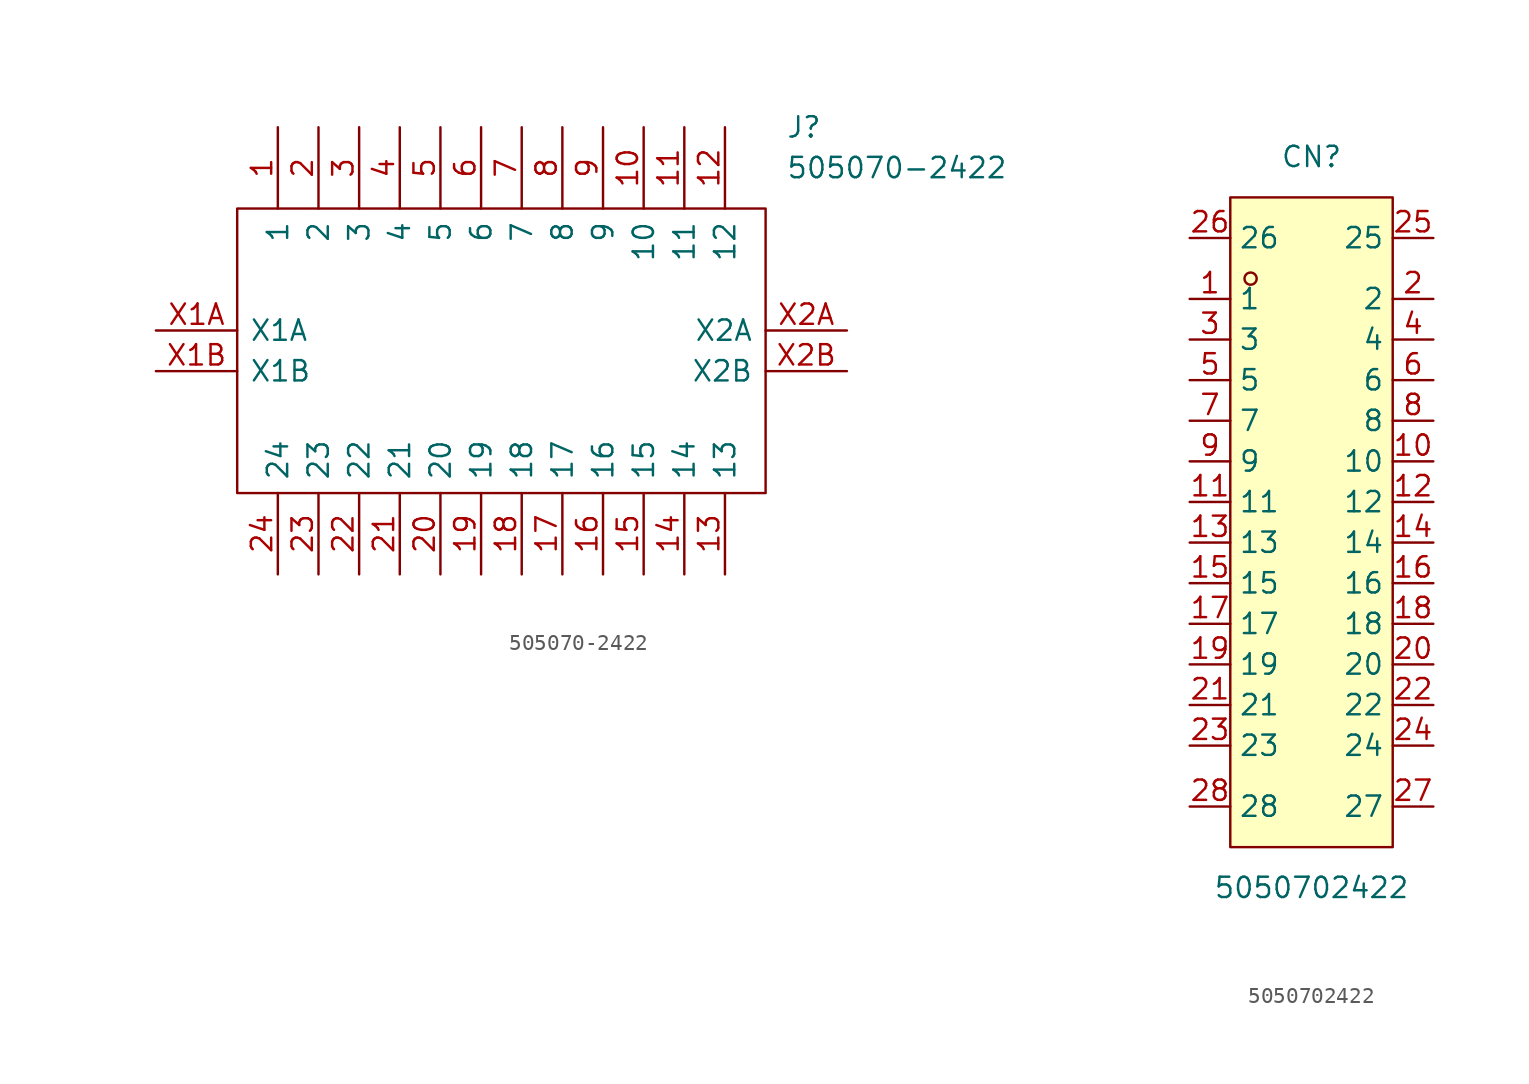
<source format=kicad_sym>
(kicad_symbol_lib
  (version 20241209)
  (generator "kicad_symbol_editor")
  (generator_version "9.0")
  (symbol "505070-2422"
    (pin_names
      (offset 0.762))
    (property "Reference" "J"
      (at 39.37 12.7 0)
      (effects (font (size 1.27 1.27)) (justify left)))
    (property "Value" "505070-2422"
      (at 39.37 10.16 0)
      (effects (font (size 1.27 1.27)) (justify left)))
    (symbol "505070-2422_0_1"
      (polyline (pts (xy 5.08 7.62) (xy 38.1 7.62) (xy 38.1 -10.16) (xy 5.08 -10.16) (xy 5.08 7.62)) (stroke (width 0.152) (type solid)) (fill (type none))))
    (symbol "505070-2422_1_0"
      (pin passive line (at 0 0 0) (length 5.08) (name "X1A" (effects (font (size 1.27 1.27)))) (number "X1A" (effects (font (size 1.27 1.27)))))
      (pin passive line (at 0 -2.54 0) (length 5.08) (name "X1B" (effects (font (size 1.27 1.27)))) (number "X1B" (effects (font (size 1.27 1.27)))))
      (pin passive line (at 7.62 12.7 270) (length 5.08) (name "1" (effects (font (size 1.27 1.27)))) (number "1" (effects (font (size 1.27 1.27)))))
      (pin passive line (at 7.62 -15.24 90) (length 5.08) (name "24" (effects (font (size 1.27 1.27)))) (number "24" (effects (font (size 1.27 1.27)))))
      (pin passive line (at 10.16 12.7 270) (length 5.08) (name "2" (effects (font (size 1.27 1.27)))) (number "2" (effects (font (size 1.27 1.27)))))
      (pin passive line (at 10.16 -15.24 90) (length 5.08) (name "23" (effects (font (size 1.27 1.27)))) (number "23" (effects (font (size 1.27 1.27)))))
      (pin passive line (at 12.7 12.7 270) (length 5.08) (name "3" (effects (font (size 1.27 1.27)))) (number "3" (effects (font (size 1.27 1.27)))))
      (pin passive line (at 12.7 -15.24 90) (length 5.08) (name "22" (effects (font (size 1.27 1.27)))) (number "22" (effects (font (size 1.27 1.27)))))
      (pin passive line (at 15.24 12.7 270) (length 5.08) (name "4" (effects (font (size 1.27 1.27)))) (number "4" (effects (font (size 1.27 1.27)))))
      (pin passive line (at 15.24 -15.24 90) (length 5.08) (name "21" (effects (font (size 1.27 1.27)))) (number "21" (effects (font (size 1.27 1.27)))))
      (pin passive line (at 17.78 12.7 270) (length 5.08) (name "5" (effects (font (size 1.27 1.27)))) (number "5" (effects (font (size 1.27 1.27)))))
      (pin passive line (at 17.78 -15.24 90) (length 5.08) (name "20" (effects (font (size 1.27 1.27)))) (number "20" (effects (font (size 1.27 1.27)))))
      (pin passive line (at 20.32 12.7 270) (length 5.08) (name "6" (effects (font (size 1.27 1.27)))) (number "6" (effects (font (size 1.27 1.27)))))
      (pin passive line (at 20.32 -15.24 90) (length 5.08) (name "19" (effects (font (size 1.27 1.27)))) (number "19" (effects (font (size 1.27 1.27)))))
      (pin passive line (at 22.86 12.7 270) (length 5.08) (name "7" (effects (font (size 1.27 1.27)))) (number "7" (effects (font (size 1.27 1.27)))))
      (pin passive line (at 22.86 -15.24 90) (length 5.08) (name "18" (effects (font (size 1.27 1.27)))) (number "18" (effects (font (size 1.27 1.27)))))
      (pin passive line (at 25.4 12.7 270) (length 5.08) (name "8" (effects (font (size 1.27 1.27)))) (number "8" (effects (font (size 1.27 1.27)))))
      (pin passive line (at 25.4 -15.24 90) (length 5.08) (name "17" (effects (font (size 1.27 1.27)))) (number "17" (effects (font (size 1.27 1.27)))))
      (pin passive line (at 27.94 12.7 270) (length 5.08) (name "9" (effects (font (size 1.27 1.27)))) (number "9" (effects (font (size 1.27 1.27)))))
      (pin passive line (at 27.94 -15.24 90) (length 5.08) (name "16" (effects (font (size 1.27 1.27)))) (number "16" (effects (font (size 1.27 1.27)))))
      (pin passive line (at 30.48 12.7 270) (length 5.08) (name "10" (effects (font (size 1.27 1.27)))) (number "10" (effects (font (size 1.27 1.27)))))
      (pin passive line (at 30.48 -15.24 90) (length 5.08) (name "15" (effects (font (size 1.27 1.27)))) (number "15" (effects (font (size 1.27 1.27)))))
      (pin passive line (at 33.02 12.7 270) (length 5.08) (name "11" (effects (font (size 1.27 1.27)))) (number "11" (effects (font (size 1.27 1.27)))))
      (pin passive line (at 33.02 -15.24 90) (length 5.08) (name "14" (effects (font (size 1.27 1.27)))) (number "14" (effects (font (size 1.27 1.27)))))
      (pin passive line (at 35.56 12.7 270) (length 5.08) (name "12" (effects (font (size 1.27 1.27)))) (number "12" (effects (font (size 1.27 1.27)))))
      (pin passive line (at 35.56 -15.24 90) (length 5.08) (name "13" (effects (font (size 1.27 1.27)))) (number "13" (effects (font (size 1.27 1.27)))))
      (pin passive line (at 43.18 0 180) (length 5.08) (name "X2A" (effects (font (size 1.27 1.27)))) (number "X2A" (effects (font (size 1.27 1.27)))))
      (pin passive line (at 43.18 -2.54 180) (length 5.08) (name "X2B" (effects (font (size 1.27 1.27)))) (number "X2B" (effects (font (size 1.27 1.27)))))))
  (symbol "5050702422"
    (property "Reference" "CN"
      (at 0 22.86 0)
      (effects (font (size 1.27 1.27))))
    (property "Value" "5050702422"
      (at 0 -22.86 0)
      (effects (font (size 1.27 1.27))))
    (symbol "5050702422_0_1"
      (rectangle (start -5.08 20.32) (end 5.08 -20.32) (stroke (width 0) (type default) (color 0 0 0 0)) (fill (type background)))
      (circle (center -3.81 15.24) (radius 0.38) (stroke (width 0) (type default) (color 0 0 0 0)) (fill (type none)))
      (pin unspecified line (at -7.62 13.97 0) (length 2.54) (name "1" (effects (font (size 1.27 1.27)))) (number "1" (effects (font (size 1.27 1.27)))))
      (pin unspecified line (at 7.62 -13.97 180) (length 2.54) (name "24" (effects (font (size 1.27 1.27)))) (number "24" (effects (font (size 1.27 1.27)))))
      (pin unspecified line (at -7.62 11.43 0) (length 2.54) (name "3" (effects (font (size 1.27 1.27)))) (number "3" (effects (font (size 1.27 1.27)))))
      (pin unspecified line (at 7.62 -11.43 180) (length 2.54) (name "22" (effects (font (size 1.27 1.27)))) (number "22" (effects (font (size 1.27 1.27)))))
      (pin unspecified line (at -7.62 8.89 0) (length 2.54) (name "5" (effects (font (size 1.27 1.27)))) (number "5" (effects (font (size 1.27 1.27)))))
      (pin unspecified line (at 7.62 -8.89 180) (length 2.54) (name "20" (effects (font (size 1.27 1.27)))) (number "20" (effects (font (size 1.27 1.27)))))
      (pin unspecified line (at -7.62 6.35 0) (length 2.54) (name "7" (effects (font (size 1.27 1.27)))) (number "7" (effects (font (size 1.27 1.27)))))
      (pin unspecified line (at 7.62 -6.35 180) (length 2.54) (name "18" (effects (font (size 1.27 1.27)))) (number "18" (effects (font (size 1.27 1.27)))))
      (pin unspecified line (at -7.62 3.81 0) (length 2.54) (name "9" (effects (font (size 1.27 1.27)))) (number "9" (effects (font (size 1.27 1.27)))))
      (pin unspecified line (at 7.62 -3.81 180) (length 2.54) (name "16" (effects (font (size 1.27 1.27)))) (number "16" (effects (font (size 1.27 1.27)))))
      (pin unspecified line (at -7.62 1.27 0) (length 2.54) (name "11" (effects (font (size 1.27 1.27)))) (number "11" (effects (font (size 1.27 1.27)))))
      (pin unspecified line (at 7.62 -1.27 180) (length 2.54) (name "14" (effects (font (size 1.27 1.27)))) (number "14" (effects (font (size 1.27 1.27)))))
      (pin unspecified line (at -7.62 -1.27 0) (length 2.54) (name "13" (effects (font (size 1.27 1.27)))) (number "13" (effects (font (size 1.27 1.27)))))
      (pin unspecified line (at 7.62 1.27 180) (length 2.54) (name "12" (effects (font (size 1.27 1.27)))) (number "12" (effects (font (size 1.27 1.27)))))
      (pin unspecified line (at -7.62 -3.81 0) (length 2.54) (name "15" (effects (font (size 1.27 1.27)))) (number "15" (effects (font (size 1.27 1.27)))))
      (pin unspecified line (at 7.62 3.81 180) (length 2.54) (name "10" (effects (font (size 1.27 1.27)))) (number "10" (effects (font (size 1.27 1.27)))))
      (pin unspecified line (at -7.62 -6.35 0) (length 2.54) (name "17" (effects (font (size 1.27 1.27)))) (number "17" (effects (font (size 1.27 1.27)))))
      (pin unspecified line (at 7.62 6.35 180) (length 2.54) (name "8" (effects (font (size 1.27 1.27)))) (number "8" (effects (font (size 1.27 1.27)))))
      (pin unspecified line (at -7.62 -8.89 0) (length 2.54) (name "19" (effects (font (size 1.27 1.27)))) (number "19" (effects (font (size 1.27 1.27)))))
      (pin unspecified line (at 7.62 8.89 180) (length 2.54) (name "6" (effects (font (size 1.27 1.27)))) (number "6" (effects (font (size 1.27 1.27)))))
      (pin unspecified line (at -7.62 -11.43 0) (length 2.54) (name "21" (effects (font (size 1.27 1.27)))) (number "21" (effects (font (size 1.27 1.27)))))
      (pin unspecified line (at 7.62 11.43 180) (length 2.54) (name "4" (effects (font (size 1.27 1.27)))) (number "4" (effects (font (size 1.27 1.27)))))
      (pin unspecified line (at -7.62 -13.97 0) (length 2.54) (name "23" (effects (font (size 1.27 1.27)))) (number "23" (effects (font (size 1.27 1.27)))))
      (pin unspecified line (at 7.62 13.97 180) (length 2.54) (name "2" (effects (font (size 1.27 1.27)))) (number "2" (effects (font (size 1.27 1.27)))))
      (pin unspecified line (at 7.62 17.78 180) (length 2.54) (name "25" (effects (font (size 1.27 1.27)))) (number "25" (effects (font (size 1.27 1.27)))))
      (pin unspecified line (at -7.62 17.78 0) (length 2.54) (name "26" (effects (font (size 1.27 1.27)))) (number "26" (effects (font (size 1.27 1.27)))))
      (pin unspecified line (at 7.62 -17.78 180) (length 2.54) (name "27" (effects (font (size 1.27 1.27)))) (number "27" (effects (font (size 1.27 1.27)))))
      (pin unspecified line (at -7.62 -17.78 0) (length 2.54) (name "28" (effects (font (size 1.27 1.27)))) (number "28" (effects (font (size 1.27 1.27))))))))
</source>
